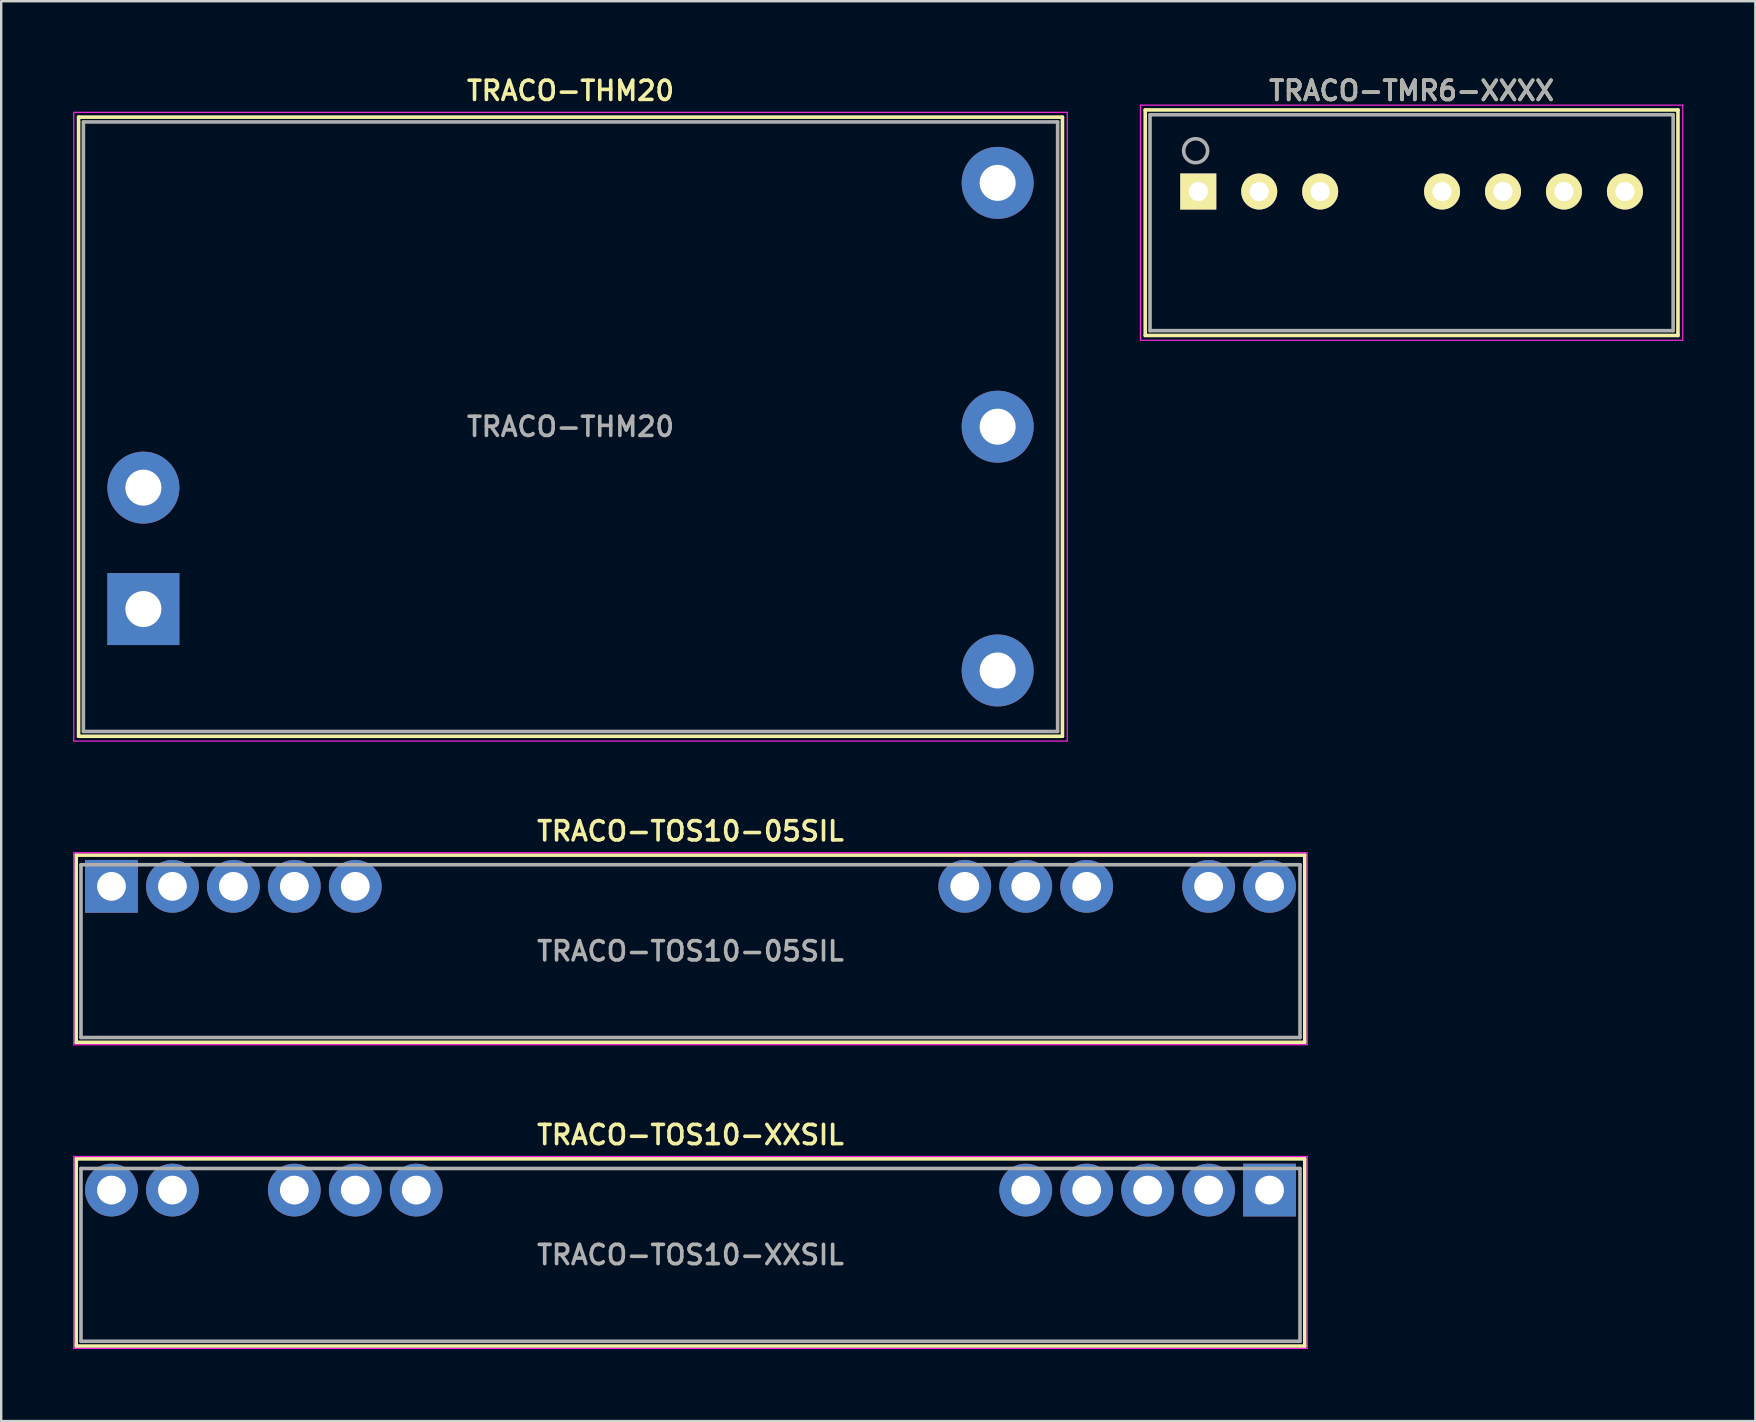
<source format=kicad_pcb>
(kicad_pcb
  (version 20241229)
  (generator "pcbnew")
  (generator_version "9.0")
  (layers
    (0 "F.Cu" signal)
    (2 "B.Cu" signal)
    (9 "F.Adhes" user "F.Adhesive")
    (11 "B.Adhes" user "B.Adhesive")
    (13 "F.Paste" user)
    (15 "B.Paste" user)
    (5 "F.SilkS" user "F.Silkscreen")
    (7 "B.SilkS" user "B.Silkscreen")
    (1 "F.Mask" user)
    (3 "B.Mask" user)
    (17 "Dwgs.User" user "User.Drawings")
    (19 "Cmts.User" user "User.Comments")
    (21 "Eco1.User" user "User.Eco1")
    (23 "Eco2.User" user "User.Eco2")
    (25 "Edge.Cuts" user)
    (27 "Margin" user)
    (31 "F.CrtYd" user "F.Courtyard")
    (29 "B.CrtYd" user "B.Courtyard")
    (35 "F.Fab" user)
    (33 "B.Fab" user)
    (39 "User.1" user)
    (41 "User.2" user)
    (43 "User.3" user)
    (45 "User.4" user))
  (footprint "TRACO-TMR6-XXXX"
    (layer "F.Cu")
    (at 55.775 6.231)
    (property "Reference" "TRACO-TMR6-XXXX" (at 0 -5.5 0) (layer "F.SilkS") (effects (font (size 0.8 0.8) (thickness 0.15))))
    (attr through_hole)
    (fp_line (start -11.1 -4.7) (end 11.1 -4.7) (stroke (width 0.15) (type solid)) (layer "F.SilkS"))
    (fp_line (start -11.1 4.7) (end -11.1 -4.7) (stroke (width 0.15) (type solid)) (layer "F.SilkS"))
    (fp_line (start 11.1 -4.7) (end 11.1 4.7) (stroke (width 0.15) (type solid)) (layer "F.SilkS"))
    (fp_line (start 11.1 4.7) (end -11.1 4.7) (stroke (width 0.15) (type solid)) (layer "F.SilkS"))
    (fp_line (start -11.3 -4.9) (end -11.3 4.9) (stroke (width 0.05) (type solid)) (layer "F.CrtYd"))
    (fp_line (start -11.3 4.9) (end 11.3 4.9) (stroke (width 0.05) (type solid)) (layer "F.CrtYd"))
    (fp_line (start 11.3 -4.9) (end -11.3 -4.9) (stroke (width 0.05) (type solid)) (layer "F.CrtYd"))
    (fp_line (start 11.3 4.9) (end 11.3 -4.9) (stroke (width 0.05) (type solid)) (layer "F.CrtYd"))
    (fp_line (start -10.9 -4.5) (end -10.9 4.5) (stroke (width 0.15) (type solid)) (layer "F.Fab"))
    (fp_line (start 10.9 -4.5) (end -10.9 -4.5) (stroke (width 0.15) (type solid)) (layer "F.Fab"))
    (fp_line (start 10.9 -4.5) (end 10.9 4.5) (stroke (width 0.15) (type solid)) (layer "F.Fab"))
    (fp_line (start 10.9 4.5) (end -10.9 4.5) (stroke (width 0.15) (type solid)) (layer "F.Fab"))
    (fp_circle (center -9 -3) (end -8.6 -2.7) (stroke (width 0.15) (type solid)) (fill no) (layer "F.Fab"))
    (fp_text user "${REFERENCE}" (at 0 -5.5 0) (layer "F.Fab") (effects (font (size 0.8 0.8) (thickness 0.15))))
    (pad "1" thru_hole rect (at -8.89 -1.3) (size 1.5 1.5) (drill 0.8) (layers "*.Cu" "*.Mask" "F.SilkS"))
    (pad "2" thru_hole circle (at -6.35 -1.3) (size 1.5 1.5) (drill 0.8) (layers "*.Cu" "*.Mask" "F.SilkS"))
    (pad "3" thru_hole circle (at -3.81 -1.3) (size 1.5 1.5) (drill 0.8) (layers "*.Cu" "*.Mask" "F.SilkS"))
    (pad "5" thru_hole circle (at 1.27 -1.3) (size 1.5 1.5) (drill 0.8) (layers "*.Cu" "*.Mask" "F.SilkS"))
    (pad "6" thru_hole circle (at 3.81 -1.3) (size 1.5 1.5) (drill 0.8) (layers "*.Cu" "*.Mask" "F.SilkS"))
    (pad "7" thru_hole circle (at 6.35 -1.3) (size 1.5 1.5) (drill 0.8) (layers "*.Cu" "*.Mask" "F.SilkS"))
    (pad "8" thru_hole circle (at 8.89 -1.3) (size 1.5 1.5) (drill 0.8) (layers "*.Cu" "*.Mask" "F.SilkS")))
  (footprint "TRACO-TOS10-05SIL"
    (layer "F.Cu")
    (at 25.725 36.587)
    (property "Reference" "TRACO-TOS10-05SIL" (at 0 -5 0) (layer "F.SilkS") (effects (font (size 0.8 0.8) (thickness 0.15))))
    (attr through_hole)
    (fp_line (start -25.6 -4) (end -25.6 3.8) (stroke (width 0.15) (type solid)) (layer "F.SilkS"))
    (fp_line (start -25.6 3.8) (end 25.6 3.8) (stroke (width 0.15) (type solid)) (layer "F.SilkS"))
    (fp_line (start 25.6 -4) (end -25.6 -4) (stroke (width 0.15) (type solid)) (layer "F.SilkS"))
    (fp_line (start 25.6 -4) (end 25.6 3.8) (stroke (width 0.15) (type solid)) (layer "F.SilkS"))
    (fp_line (start -25.7 -4.1) (end 25.7 -4.1) (stroke (width 0.05) (type solid)) (layer "F.CrtYd"))
    (fp_line (start -25.7 3.9) (end -25.7 -4.1) (stroke (width 0.05) (type solid)) (layer "F.CrtYd"))
    (fp_line (start 25.7 -4.1) (end 25.7 3.9) (stroke (width 0.05) (type solid)) (layer "F.CrtYd"))
    (fp_line (start 25.7 3.9) (end -25.7 3.9) (stroke (width 0.05) (type solid)) (layer "F.CrtYd"))
    (fp_line (start -25.4 -3.6) (end 25.4 -3.6) (stroke (width 0.15) (type solid)) (layer "F.Fab"))
    (fp_line (start -25.4 3.6) (end -25.4 -3.6) (stroke (width 0.15) (type solid)) (layer "F.Fab"))
    (fp_line (start 25.4 -3.6) (end 25.4 3.6) (stroke (width 0.15) (type solid)) (layer "F.Fab"))
    (fp_line (start 25.4 3.6) (end -25.4 3.6) (stroke (width 0.15) (type solid)) (layer "F.Fab"))
    (fp_text user "${REFERENCE}" (at 0 0 0) (layer "F.Fab") (effects (font (size 0.8 0.8) (thickness 0.15))))
    (pad "1" thru_hole rect (at -24.13 -2.7) (size 2.2 2.2) (drill 1.2) (layers "*.Cu" "*.Mask"))
    (pad "2" thru_hole circle (at -21.59 -2.7) (size 2.2 2.2) (drill 1.2) (layers "*.Cu" "*.Mask"))
    (pad "3" thru_hole circle (at -19.05 -2.7) (size 2.2 2.2) (drill 1.2) (layers "*.Cu" "*.Mask"))
    (pad "4" thru_hole circle (at -16.51 -2.7) (size 2.2 2.2) (drill 1.2) (layers "*.Cu" "*.Mask"))
    (pad "5" thru_hole circle (at -13.97 -2.7) (size 2.2 2.2) (drill 1.2) (layers "*.Cu" "*.Mask"))
    (pad "6" thru_hole circle (at 11.43 -2.7) (size 2.2 2.2) (drill 1.2) (layers "*.Cu" "*.Mask"))
    (pad "7" thru_hole circle (at 13.97 -2.7) (size 2.2 2.2) (drill 1.2) (layers "*.Cu" "*.Mask"))
    (pad "8" thru_hole circle (at 16.51 -2.7) (size 2.2 2.2) (drill 1.2) (layers "*.Cu" "*.Mask"))
    (pad "10" thru_hole circle (at 21.59 -2.7) (size 2.2 2.2) (drill 1.2) (layers "*.Cu" "*.Mask"))
    (pad "11" thru_hole circle (at 24.13 -2.7) (size 2.2 2.2) (drill 1.2) (layers "*.Cu" "*.Mask")))
  (footprint "TRACO-THM20"
    (layer "F.Cu")
    (at 20.725 14.731)
    (property "Reference" "TRACO-THM20" (at 0 -14 0) (layer "F.SilkS") (effects (font (size 0.8 0.8) (thickness 0.15))))
    (attr through_hole)
    (fp_line (start -20.5 -12.9) (end -20.5 12.9) (stroke (width 0.15) (type solid)) (layer "F.SilkS"))
    (fp_line (start -20.5 12.9) (end 20.5 12.9) (stroke (width 0.15) (type solid)) (layer "F.SilkS"))
    (fp_line (start 20.5 -12.9) (end -20.5 -12.9) (stroke (width 0.15) (type solid)) (layer "F.SilkS"))
    (fp_line (start 20.5 -12.9) (end 20.5 12.9) (stroke (width 0.15) (type solid)) (layer "F.SilkS"))
    (fp_line (start -20.7 -13.1) (end 20.7 -13.1) (stroke (width 0.05) (type solid)) (layer "F.CrtYd"))
    (fp_line (start -20.7 13.1) (end -20.7 -13.1) (stroke (width 0.05) (type solid)) (layer "F.CrtYd"))
    (fp_line (start 20.7 -13.1) (end 20.7 13.1) (stroke (width 0.05) (type solid)) (layer "F.CrtYd"))
    (fp_line (start 20.7 13.1) (end -20.7 13.1) (stroke (width 0.05) (type solid)) (layer "F.CrtYd"))
    (fp_line (start -20.3 -12.7) (end 20.3 -12.7) (stroke (width 0.15) (type solid)) (layer "F.Fab"))
    (fp_line (start -20.3 12.7) (end -20.3 -12.7) (stroke (width 0.15) (type solid)) (layer "F.Fab"))
    (fp_line (start 20.3 -12.7) (end 20.3 12.7) (stroke (width 0.15) (type solid)) (layer "F.Fab"))
    (fp_line (start 20.3 12.7) (end -20.3 12.7) (stroke (width 0.15) (type solid)) (layer "F.Fab"))
    (fp_text user "${REFERENCE}" (at 0 0 0) (layer "F.Fab") (effects (font (size 0.8 0.8) (thickness 0.15))))
    (pad "1" thru_hole rect (at -17.8 7.6) (size 3 3) (drill 1.5) (layers "*.Cu" "*.Mask"))
    (pad "2" thru_hole circle (at -17.8 2.54) (size 3 3) (drill 1.5) (layers "*.Cu" "*.Mask"))
    (pad "3" thru_hole circle (at 17.8 10.16) (size 3 3) (drill 1.5) (layers "*.Cu" "*.Mask"))
    (pad "4" thru_hole circle (at 17.8 0) (size 3 3) (drill 1.5) (layers "*.Cu" "*.Mask"))
    (pad "5" thru_hole circle (at 17.8 -10.16) (size 3 3) (drill 1.5) (layers "*.Cu" "*.Mask")))
  (footprint "TRACO-TOS10-XXSIL"
    (layer "F.Cu")
    (at 25.725 49.244)
    (property "Reference" "TRACO-TOS10-XXSIL" (at 0 -5 0) (layer "F.SilkS") (effects (font (size 0.8 0.8) (thickness 0.15))))
    (attr through_hole)
    (fp_line (start -25.6 -4) (end -25.6 3.8) (stroke (width 0.15) (type solid)) (layer "F.SilkS"))
    (fp_line (start -25.6 3.8) (end 25.6 3.8) (stroke (width 0.15) (type solid)) (layer "F.SilkS"))
    (fp_line (start 25.6 -4) (end -25.6 -4) (stroke (width 0.15) (type solid)) (layer "F.SilkS"))
    (fp_line (start 25.6 -4) (end 25.6 3.8) (stroke (width 0.15) (type solid)) (layer "F.SilkS"))
    (fp_line (start -25.7 -4.1) (end 25.7 -4.1) (stroke (width 0.05) (type solid)) (layer "F.CrtYd"))
    (fp_line (start -25.7 3.9) (end -25.7 -4.1) (stroke (width 0.05) (type solid)) (layer "F.CrtYd"))
    (fp_line (start 25.7 -4.1) (end 25.7 3.9) (stroke (width 0.05) (type solid)) (layer "F.CrtYd"))
    (fp_line (start 25.7 3.9) (end -25.7 3.9) (stroke (width 0.05) (type solid)) (layer "F.CrtYd"))
    (fp_line (start -25.4 -3.6) (end 25.4 -3.6) (stroke (width 0.15) (type solid)) (layer "F.Fab"))
    (fp_line (start -25.4 3.6) (end -25.4 -3.6) (stroke (width 0.15) (type solid)) (layer "F.Fab"))
    (fp_line (start 25.4 -3.6) (end 25.4 3.6) (stroke (width 0.15) (type solid)) (layer "F.Fab"))
    (fp_line (start 25.4 3.6) (end -25.4 3.6) (stroke (width 0.15) (type solid)) (layer "F.Fab"))
    (fp_text user "${REFERENCE}" (at 0 0 0) (layer "F.Fab") (effects (font (size 0.8 0.8) (thickness 0.15))))
    (pad "1" thru_hole rect (at 24.13 -2.7) (size 2.2 2.2) (drill 1.2) (layers "*.Cu" "*.Mask"))
    (pad "2" thru_hole circle (at 21.59 -2.7) (size 2.2 2.2) (drill 1.2) (layers "*.Cu" "*.Mask"))
    (pad "3" thru_hole circle (at 19.05 -2.7) (size 2.2 2.2) (drill 1.2) (layers "*.Cu" "*.Mask"))
    (pad "4" thru_hole circle (at 16.51 -2.7) (size 2.2 2.2) (drill 1.2) (layers "*.Cu" "*.Mask"))
    (pad "5" thru_hole circle (at 13.97 -2.7) (size 2.2 2.2) (drill 1.2) (layers "*.Cu" "*.Mask"))
    (pad "6" thru_hole circle (at -11.43 -2.7) (size 2.2 2.2) (drill 1.2) (layers "*.Cu" "*.Mask"))
    (pad "7" thru_hole circle (at -13.97 -2.7) (size 2.2 2.2) (drill 1.2) (layers "*.Cu" "*.Mask"))
    (pad "8" thru_hole circle (at -16.51 -2.7) (size 2.2 2.2) (drill 1.2) (layers "*.Cu" "*.Mask"))
    (pad "10" thru_hole circle (at -21.59 -2.7) (size 2.2 2.2) (drill 1.2) (layers "*.Cu" "*.Mask"))
    (pad "11" thru_hole circle (at -24.13 -2.7) (size 2.2 2.2) (drill 1.2) (layers "*.Cu" "*.Mask")))
  (gr_rect
    (start -3 -3)
    (end 70.1 56.169)
    (stroke (width 0.1) (type default))
    (fill no)
    (layer "Edge.Cuts")))
</source>
